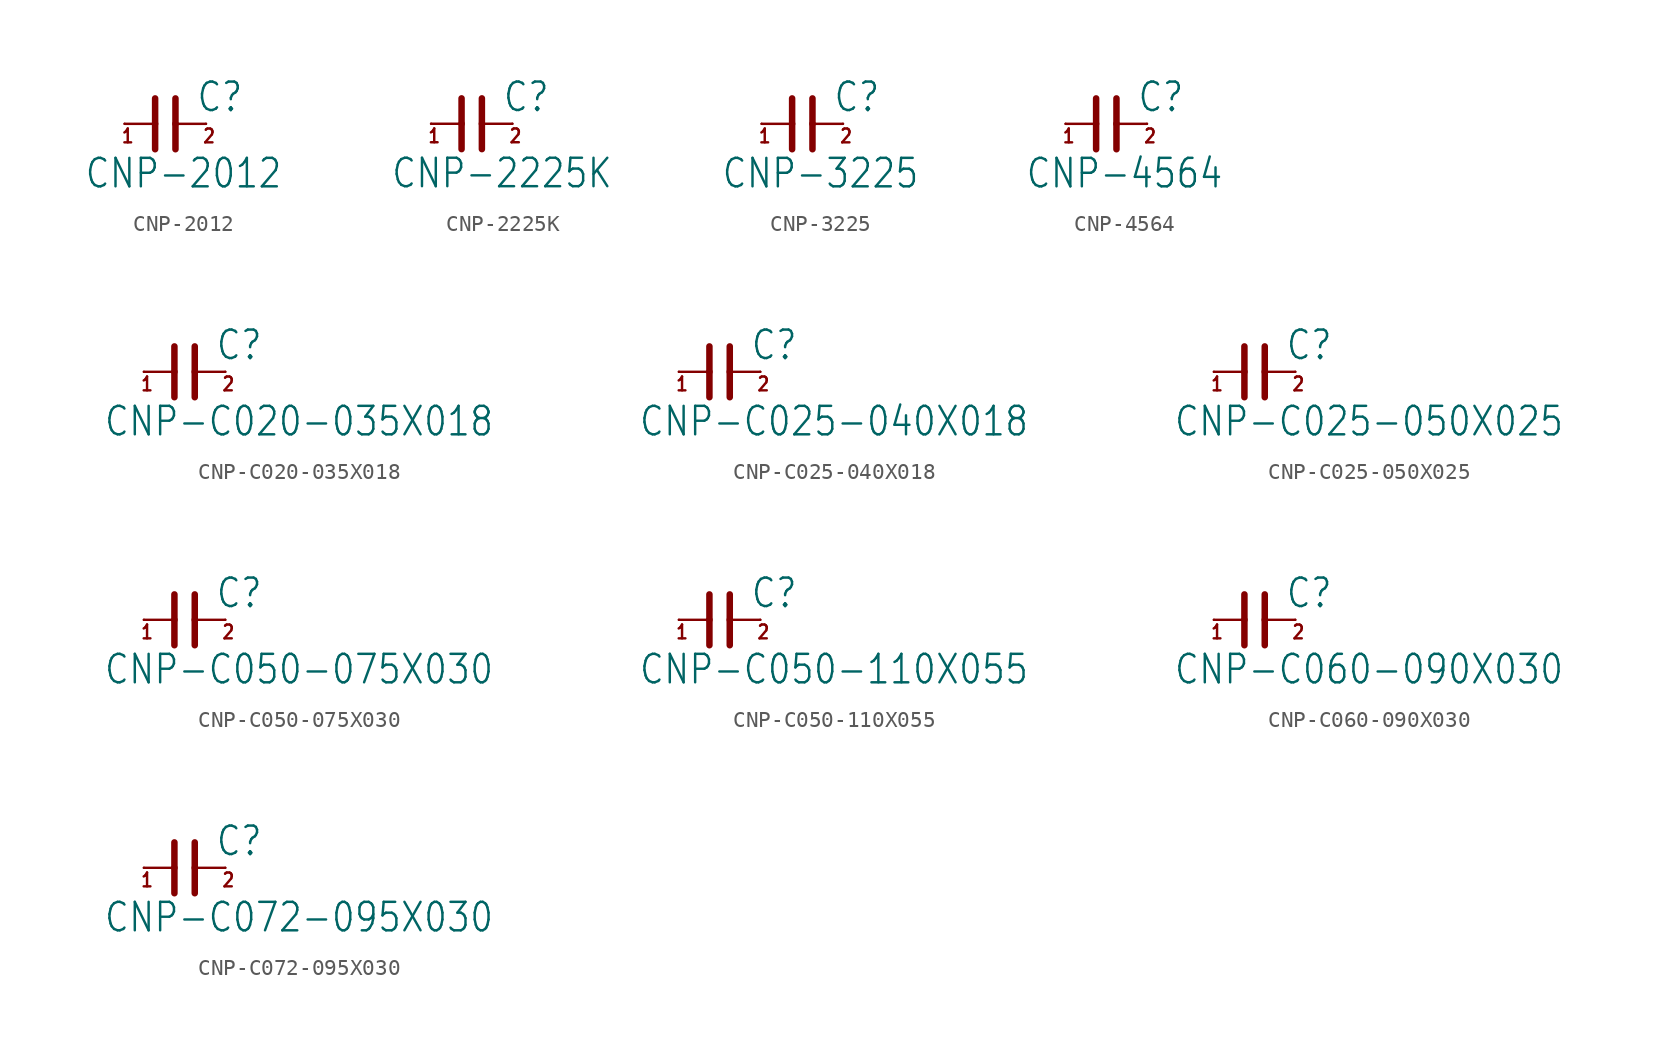
<source format=kicad_sym>
(kicad_symbol_lib
  (version 20211014)
  (generator kicad_symbol_editor)
  (symbol "CNP-2012"
    (property "Reference" "C"
      (at 1.905 0.635 0)
      (effects (font (size 1.778 1.511)) (justify left bottom)))
    (property "Value" "CNP-2012"
      (at -5.08 -4.128 0)
      (effects (font (size 1.778 1.511)) (justify left bottom)))
    (property "ki_locked" ""
      (at 0 0 0)
      (effects (font (size 1.27 1.27))))
    (symbol "CNP-2012_1_0"
      (polyline (pts (xy -2.54 0) (xy -0.635 0)) (stroke (width 0.152) (type default) (color 0 0 0 0)) (fill (type none)))
      (polyline (pts (xy -0.635 0) (xy -0.635 -1.587)) (stroke (width 0.406) (type default) (color 0 0 0 0)) (fill (type none)))
      (polyline (pts (xy -0.635 1.587) (xy -0.635 0)) (stroke (width 0.406) (type default) (color 0 0 0 0)) (fill (type none)))
      (polyline (pts (xy 0.635 0) (xy 0.635 -1.587)) (stroke (width 0.406) (type default) (color 0 0 0 0)) (fill (type none)))
      (polyline (pts (xy 0.635 1.587) (xy 0.635 0)) (stroke (width 0.406) (type default) (color 0 0 0 0)) (fill (type none)))
      (polyline (pts (xy 2.54 0) (xy 0.635 0)) (stroke (width 0.152) (type default) (color 0 0 0 0)) (fill (type none)))
      (text "1" (at -2.794 -1.27 0) (effects (font (size 0.864 0.734)) (justify left bottom)))
      (text "2" (at 2.286 -1.27 0) (effects (font (size 0.864 0.734)) (justify left bottom)))
      (pin passive line (at -2.54 0 0) (length 0) (name "1" (effects (font (size 0 0)))) (number "1" (effects (font (size 0 0)))))
      (pin passive line (at 2.54 0 180) (length 0) (name "2" (effects (font (size 0 0)))) (number "2" (effects (font (size 0 0)))))))
  (symbol "CNP-2225K"
    (property "Reference" "C"
      (at 1.905 0.635 0)
      (effects (font (size 1.778 1.511)) (justify left bottom)))
    (property "Value" "CNP-2225K"
      (at -5.08 -4.128 0)
      (effects (font (size 1.778 1.511)) (justify left bottom)))
    (property "ki_locked" ""
      (at 0 0 0)
      (effects (font (size 1.27 1.27))))
    (symbol "CNP-2225K_1_0"
      (polyline (pts (xy -2.54 0) (xy -0.635 0)) (stroke (width 0.152) (type default) (color 0 0 0 0)) (fill (type none)))
      (polyline (pts (xy -0.635 0) (xy -0.635 -1.587)) (stroke (width 0.406) (type default) (color 0 0 0 0)) (fill (type none)))
      (polyline (pts (xy -0.635 1.587) (xy -0.635 0)) (stroke (width 0.406) (type default) (color 0 0 0 0)) (fill (type none)))
      (polyline (pts (xy 0.635 0) (xy 0.635 -1.587)) (stroke (width 0.406) (type default) (color 0 0 0 0)) (fill (type none)))
      (polyline (pts (xy 0.635 1.587) (xy 0.635 0)) (stroke (width 0.406) (type default) (color 0 0 0 0)) (fill (type none)))
      (polyline (pts (xy 2.54 0) (xy 0.635 0)) (stroke (width 0.152) (type default) (color 0 0 0 0)) (fill (type none)))
      (text "1" (at -2.794 -1.27 0) (effects (font (size 0.864 0.734)) (justify left bottom)))
      (text "2" (at 2.286 -1.27 0) (effects (font (size 0.864 0.734)) (justify left bottom)))
      (pin passive line (at -2.54 0 0) (length 0) (name "1" (effects (font (size 0 0)))) (number "1" (effects (font (size 0 0)))))
      (pin passive line (at 2.54 0 180) (length 0) (name "2" (effects (font (size 0 0)))) (number "2" (effects (font (size 0 0)))))))
  (symbol "CNP-3225"
    (property "Reference" "C"
      (at 1.905 0.635 0)
      (effects (font (size 1.778 1.511)) (justify left bottom)))
    (property "Value" "CNP-3225"
      (at -5.08 -4.128 0)
      (effects (font (size 1.778 1.511)) (justify left bottom)))
    (property "ki_locked" ""
      (at 0 0 0)
      (effects (font (size 1.27 1.27))))
    (symbol "CNP-3225_1_0"
      (polyline (pts (xy -2.54 0) (xy -0.635 0)) (stroke (width 0.152) (type default) (color 0 0 0 0)) (fill (type none)))
      (polyline (pts (xy -0.635 0) (xy -0.635 -1.587)) (stroke (width 0.406) (type default) (color 0 0 0 0)) (fill (type none)))
      (polyline (pts (xy -0.635 1.587) (xy -0.635 0)) (stroke (width 0.406) (type default) (color 0 0 0 0)) (fill (type none)))
      (polyline (pts (xy 0.635 0) (xy 0.635 -1.587)) (stroke (width 0.406) (type default) (color 0 0 0 0)) (fill (type none)))
      (polyline (pts (xy 0.635 1.587) (xy 0.635 0)) (stroke (width 0.406) (type default) (color 0 0 0 0)) (fill (type none)))
      (polyline (pts (xy 2.54 0) (xy 0.635 0)) (stroke (width 0.152) (type default) (color 0 0 0 0)) (fill (type none)))
      (text "1" (at -2.794 -1.27 0) (effects (font (size 0.864 0.734)) (justify left bottom)))
      (text "2" (at 2.286 -1.27 0) (effects (font (size 0.864 0.734)) (justify left bottom)))
      (pin passive line (at -2.54 0 0) (length 0) (name "1" (effects (font (size 0 0)))) (number "1" (effects (font (size 0 0)))))
      (pin passive line (at 2.54 0 180) (length 0) (name "2" (effects (font (size 0 0)))) (number "2" (effects (font (size 0 0)))))))
  (symbol "CNP-4564"
    (property "Reference" "C"
      (at 1.905 0.635 0)
      (effects (font (size 1.778 1.511)) (justify left bottom)))
    (property "Value" "CNP-4564"
      (at -5.08 -4.128 0)
      (effects (font (size 1.778 1.511)) (justify left bottom)))
    (property "ki_locked" ""
      (at 0 0 0)
      (effects (font (size 1.27 1.27))))
    (symbol "CNP-4564_1_0"
      (polyline (pts (xy -2.54 0) (xy -0.635 0)) (stroke (width 0.152) (type default) (color 0 0 0 0)) (fill (type none)))
      (polyline (pts (xy -0.635 0) (xy -0.635 -1.587)) (stroke (width 0.406) (type default) (color 0 0 0 0)) (fill (type none)))
      (polyline (pts (xy -0.635 1.587) (xy -0.635 0)) (stroke (width 0.406) (type default) (color 0 0 0 0)) (fill (type none)))
      (polyline (pts (xy 0.635 0) (xy 0.635 -1.587)) (stroke (width 0.406) (type default) (color 0 0 0 0)) (fill (type none)))
      (polyline (pts (xy 0.635 1.587) (xy 0.635 0)) (stroke (width 0.406) (type default) (color 0 0 0 0)) (fill (type none)))
      (polyline (pts (xy 2.54 0) (xy 0.635 0)) (stroke (width 0.152) (type default) (color 0 0 0 0)) (fill (type none)))
      (text "1" (at -2.794 -1.27 0) (effects (font (size 0.864 0.734)) (justify left bottom)))
      (text "2" (at 2.286 -1.27 0) (effects (font (size 0.864 0.734)) (justify left bottom)))
      (pin passive line (at -2.54 0 0) (length 0) (name "1" (effects (font (size 0 0)))) (number "1" (effects (font (size 0 0)))))
      (pin passive line (at 2.54 0 180) (length 0) (name "2" (effects (font (size 0 0)))) (number "2" (effects (font (size 0 0)))))))
  (symbol "CNP-C020-035X018"
    (property "Reference" "C"
      (at 1.905 0.635 0)
      (effects (font (size 1.778 1.511)) (justify left bottom)))
    (property "Value" "CNP-C020-035X018"
      (at -5.08 -4.128 0)
      (effects (font (size 1.778 1.511)) (justify left bottom)))
    (property "ki_locked" ""
      (at 0 0 0)
      (effects (font (size 1.27 1.27))))
    (symbol "CNP-C020-035X018_1_0"
      (polyline (pts (xy -2.54 0) (xy -0.635 0)) (stroke (width 0.152) (type default) (color 0 0 0 0)) (fill (type none)))
      (polyline (pts (xy -0.635 0) (xy -0.635 -1.587)) (stroke (width 0.406) (type default) (color 0 0 0 0)) (fill (type none)))
      (polyline (pts (xy -0.635 1.587) (xy -0.635 0)) (stroke (width 0.406) (type default) (color 0 0 0 0)) (fill (type none)))
      (polyline (pts (xy 0.635 0) (xy 0.635 -1.587)) (stroke (width 0.406) (type default) (color 0 0 0 0)) (fill (type none)))
      (polyline (pts (xy 0.635 1.587) (xy 0.635 0)) (stroke (width 0.406) (type default) (color 0 0 0 0)) (fill (type none)))
      (polyline (pts (xy 2.54 0) (xy 0.635 0)) (stroke (width 0.152) (type default) (color 0 0 0 0)) (fill (type none)))
      (text "1" (at -2.794 -1.27 0) (effects (font (size 0.864 0.734)) (justify left bottom)))
      (text "2" (at 2.286 -1.27 0) (effects (font (size 0.864 0.734)) (justify left bottom)))
      (pin passive line (at -2.54 0 0) (length 0) (name "1" (effects (font (size 0 0)))) (number "1" (effects (font (size 0 0)))))
      (pin passive line (at 2.54 0 180) (length 0) (name "2" (effects (font (size 0 0)))) (number "2" (effects (font (size 0 0)))))))
  (symbol "CNP-C025-040X018"
    (property "Reference" "C"
      (at 1.905 0.635 0)
      (effects (font (size 1.778 1.511)) (justify left bottom)))
    (property "Value" "CNP-C025-040X018"
      (at -5.08 -4.128 0)
      (effects (font (size 1.778 1.511)) (justify left bottom)))
    (property "ki_locked" ""
      (at 0 0 0)
      (effects (font (size 1.27 1.27))))
    (symbol "CNP-C025-040X018_1_0"
      (polyline (pts (xy -2.54 0) (xy -0.635 0)) (stroke (width 0.152) (type default) (color 0 0 0 0)) (fill (type none)))
      (polyline (pts (xy -0.635 0) (xy -0.635 -1.587)) (stroke (width 0.406) (type default) (color 0 0 0 0)) (fill (type none)))
      (polyline (pts (xy -0.635 1.587) (xy -0.635 0)) (stroke (width 0.406) (type default) (color 0 0 0 0)) (fill (type none)))
      (polyline (pts (xy 0.635 0) (xy 0.635 -1.587)) (stroke (width 0.406) (type default) (color 0 0 0 0)) (fill (type none)))
      (polyline (pts (xy 0.635 1.587) (xy 0.635 0)) (stroke (width 0.406) (type default) (color 0 0 0 0)) (fill (type none)))
      (polyline (pts (xy 2.54 0) (xy 0.635 0)) (stroke (width 0.152) (type default) (color 0 0 0 0)) (fill (type none)))
      (text "1" (at -2.794 -1.27 0) (effects (font (size 0.864 0.734)) (justify left bottom)))
      (text "2" (at 2.286 -1.27 0) (effects (font (size 0.864 0.734)) (justify left bottom)))
      (pin passive line (at -2.54 0 0) (length 0) (name "1" (effects (font (size 0 0)))) (number "1" (effects (font (size 0 0)))))
      (pin passive line (at 2.54 0 180) (length 0) (name "2" (effects (font (size 0 0)))) (number "2" (effects (font (size 0 0)))))))
  (symbol "CNP-C025-050X025"
    (property "Reference" "C"
      (at 1.905 0.635 0)
      (effects (font (size 1.778 1.511)) (justify left bottom)))
    (property "Value" "CNP-C025-050X025"
      (at -5.08 -4.128 0)
      (effects (font (size 1.778 1.511)) (justify left bottom)))
    (property "ki_locked" ""
      (at 0 0 0)
      (effects (font (size 1.27 1.27))))
    (symbol "CNP-C025-050X025_1_0"
      (polyline (pts (xy -2.54 0) (xy -0.635 0)) (stroke (width 0.152) (type default) (color 0 0 0 0)) (fill (type none)))
      (polyline (pts (xy -0.635 0) (xy -0.635 -1.587)) (stroke (width 0.406) (type default) (color 0 0 0 0)) (fill (type none)))
      (polyline (pts (xy -0.635 1.587) (xy -0.635 0)) (stroke (width 0.406) (type default) (color 0 0 0 0)) (fill (type none)))
      (polyline (pts (xy 0.635 0) (xy 0.635 -1.587)) (stroke (width 0.406) (type default) (color 0 0 0 0)) (fill (type none)))
      (polyline (pts (xy 0.635 1.587) (xy 0.635 0)) (stroke (width 0.406) (type default) (color 0 0 0 0)) (fill (type none)))
      (polyline (pts (xy 2.54 0) (xy 0.635 0)) (stroke (width 0.152) (type default) (color 0 0 0 0)) (fill (type none)))
      (text "1" (at -2.794 -1.27 0) (effects (font (size 0.864 0.734)) (justify left bottom)))
      (text "2" (at 2.286 -1.27 0) (effects (font (size 0.864 0.734)) (justify left bottom)))
      (pin passive line (at -2.54 0 0) (length 0) (name "1" (effects (font (size 0 0)))) (number "1" (effects (font (size 0 0)))))
      (pin passive line (at 2.54 0 180) (length 0) (name "2" (effects (font (size 0 0)))) (number "2" (effects (font (size 0 0)))))))
  (symbol "CNP-C050-075X030"
    (property "Reference" "C"
      (at 1.905 0.635 0)
      (effects (font (size 1.778 1.511)) (justify left bottom)))
    (property "Value" "CNP-C050-075X030"
      (at -5.08 -4.128 0)
      (effects (font (size 1.778 1.511)) (justify left bottom)))
    (property "ki_locked" ""
      (at 0 0 0)
      (effects (font (size 1.27 1.27))))
    (symbol "CNP-C050-075X030_1_0"
      (polyline (pts (xy -2.54 0) (xy -0.635 0)) (stroke (width 0.152) (type default) (color 0 0 0 0)) (fill (type none)))
      (polyline (pts (xy -0.635 0) (xy -0.635 -1.587)) (stroke (width 0.406) (type default) (color 0 0 0 0)) (fill (type none)))
      (polyline (pts (xy -0.635 1.587) (xy -0.635 0)) (stroke (width 0.406) (type default) (color 0 0 0 0)) (fill (type none)))
      (polyline (pts (xy 0.635 0) (xy 0.635 -1.587)) (stroke (width 0.406) (type default) (color 0 0 0 0)) (fill (type none)))
      (polyline (pts (xy 0.635 1.587) (xy 0.635 0)) (stroke (width 0.406) (type default) (color 0 0 0 0)) (fill (type none)))
      (polyline (pts (xy 2.54 0) (xy 0.635 0)) (stroke (width 0.152) (type default) (color 0 0 0 0)) (fill (type none)))
      (text "1" (at -2.794 -1.27 0) (effects (font (size 0.864 0.734)) (justify left bottom)))
      (text "2" (at 2.286 -1.27 0) (effects (font (size 0.864 0.734)) (justify left bottom)))
      (pin passive line (at -2.54 0 0) (length 0) (name "1" (effects (font (size 0 0)))) (number "1" (effects (font (size 0 0)))))
      (pin passive line (at 2.54 0 180) (length 0) (name "2" (effects (font (size 0 0)))) (number "2" (effects (font (size 0 0)))))))
  (symbol "CNP-C050-110X055"
    (property "Reference" "C"
      (at 1.905 0.635 0)
      (effects (font (size 1.778 1.511)) (justify left bottom)))
    (property "Value" "CNP-C050-110X055"
      (at -5.08 -4.128 0)
      (effects (font (size 1.778 1.511)) (justify left bottom)))
    (property "ki_locked" ""
      (at 0 0 0)
      (effects (font (size 1.27 1.27))))
    (symbol "CNP-C050-110X055_1_0"
      (polyline (pts (xy -2.54 0) (xy -0.635 0)) (stroke (width 0.152) (type default) (color 0 0 0 0)) (fill (type none)))
      (polyline (pts (xy -0.635 0) (xy -0.635 -1.587)) (stroke (width 0.406) (type default) (color 0 0 0 0)) (fill (type none)))
      (polyline (pts (xy -0.635 1.587) (xy -0.635 0)) (stroke (width 0.406) (type default) (color 0 0 0 0)) (fill (type none)))
      (polyline (pts (xy 0.635 0) (xy 0.635 -1.587)) (stroke (width 0.406) (type default) (color 0 0 0 0)) (fill (type none)))
      (polyline (pts (xy 0.635 1.587) (xy 0.635 0)) (stroke (width 0.406) (type default) (color 0 0 0 0)) (fill (type none)))
      (polyline (pts (xy 2.54 0) (xy 0.635 0)) (stroke (width 0.152) (type default) (color 0 0 0 0)) (fill (type none)))
      (text "1" (at -2.794 -1.27 0) (effects (font (size 0.864 0.734)) (justify left bottom)))
      (text "2" (at 2.286 -1.27 0) (effects (font (size 0.864 0.734)) (justify left bottom)))
      (pin passive line (at -2.54 0 0) (length 0) (name "1" (effects (font (size 0 0)))) (number "1" (effects (font (size 0 0)))))
      (pin passive line (at 2.54 0 180) (length 0) (name "2" (effects (font (size 0 0)))) (number "2" (effects (font (size 0 0)))))))
  (symbol "CNP-C060-090X030"
    (property "Reference" "C"
      (at 1.905 0.635 0)
      (effects (font (size 1.778 1.511)) (justify left bottom)))
    (property "Value" "CNP-C060-090X030"
      (at -5.08 -4.128 0)
      (effects (font (size 1.778 1.511)) (justify left bottom)))
    (property "ki_locked" ""
      (at 0 0 0)
      (effects (font (size 1.27 1.27))))
    (symbol "CNP-C060-090X030_1_0"
      (polyline (pts (xy -2.54 0) (xy -0.635 0)) (stroke (width 0.152) (type default) (color 0 0 0 0)) (fill (type none)))
      (polyline (pts (xy -0.635 0) (xy -0.635 -1.587)) (stroke (width 0.406) (type default) (color 0 0 0 0)) (fill (type none)))
      (polyline (pts (xy -0.635 1.587) (xy -0.635 0)) (stroke (width 0.406) (type default) (color 0 0 0 0)) (fill (type none)))
      (polyline (pts (xy 0.635 0) (xy 0.635 -1.587)) (stroke (width 0.406) (type default) (color 0 0 0 0)) (fill (type none)))
      (polyline (pts (xy 0.635 1.587) (xy 0.635 0)) (stroke (width 0.406) (type default) (color 0 0 0 0)) (fill (type none)))
      (polyline (pts (xy 2.54 0) (xy 0.635 0)) (stroke (width 0.152) (type default) (color 0 0 0 0)) (fill (type none)))
      (text "1" (at -2.794 -1.27 0) (effects (font (size 0.864 0.734)) (justify left bottom)))
      (text "2" (at 2.286 -1.27 0) (effects (font (size 0.864 0.734)) (justify left bottom)))
      (pin passive line (at -2.54 0 0) (length 0) (name "1" (effects (font (size 0 0)))) (number "1" (effects (font (size 0 0)))))
      (pin passive line (at 2.54 0 180) (length 0) (name "2" (effects (font (size 0 0)))) (number "2" (effects (font (size 0 0)))))))
  (symbol "CNP-C072-095X030"
    (property "Reference" "C"
      (at 1.905 0.635 0)
      (effects (font (size 1.778 1.511)) (justify left bottom)))
    (property "Value" "CNP-C072-095X030"
      (at -5.08 -4.128 0)
      (effects (font (size 1.778 1.511)) (justify left bottom)))
    (property "ki_locked" ""
      (at 0 0 0)
      (effects (font (size 1.27 1.27))))
    (symbol "CNP-C072-095X030_1_0"
      (polyline (pts (xy -2.54 0) (xy -0.635 0)) (stroke (width 0.152) (type default) (color 0 0 0 0)) (fill (type none)))
      (polyline (pts (xy -0.635 0) (xy -0.635 -1.587)) (stroke (width 0.406) (type default) (color 0 0 0 0)) (fill (type none)))
      (polyline (pts (xy -0.635 1.587) (xy -0.635 0)) (stroke (width 0.406) (type default) (color 0 0 0 0)) (fill (type none)))
      (polyline (pts (xy 0.635 0) (xy 0.635 -1.587)) (stroke (width 0.406) (type default) (color 0 0 0 0)) (fill (type none)))
      (polyline (pts (xy 0.635 1.587) (xy 0.635 0)) (stroke (width 0.406) (type default) (color 0 0 0 0)) (fill (type none)))
      (polyline (pts (xy 2.54 0) (xy 0.635 0)) (stroke (width 0.152) (type default) (color 0 0 0 0)) (fill (type none)))
      (text "1" (at -2.794 -1.27 0) (effects (font (size 0.864 0.734)) (justify left bottom)))
      (text "2" (at 2.286 -1.27 0) (effects (font (size 0.864 0.734)) (justify left bottom)))
      (pin passive line (at -2.54 0 0) (length 0) (name "1" (effects (font (size 0 0)))) (number "1" (effects (font (size 0 0)))))
      (pin passive line (at 2.54 0 180) (length 0) (name "2" (effects (font (size 0 0)))) (number "2" (effects (font (size 0 0))))))))
</source>
